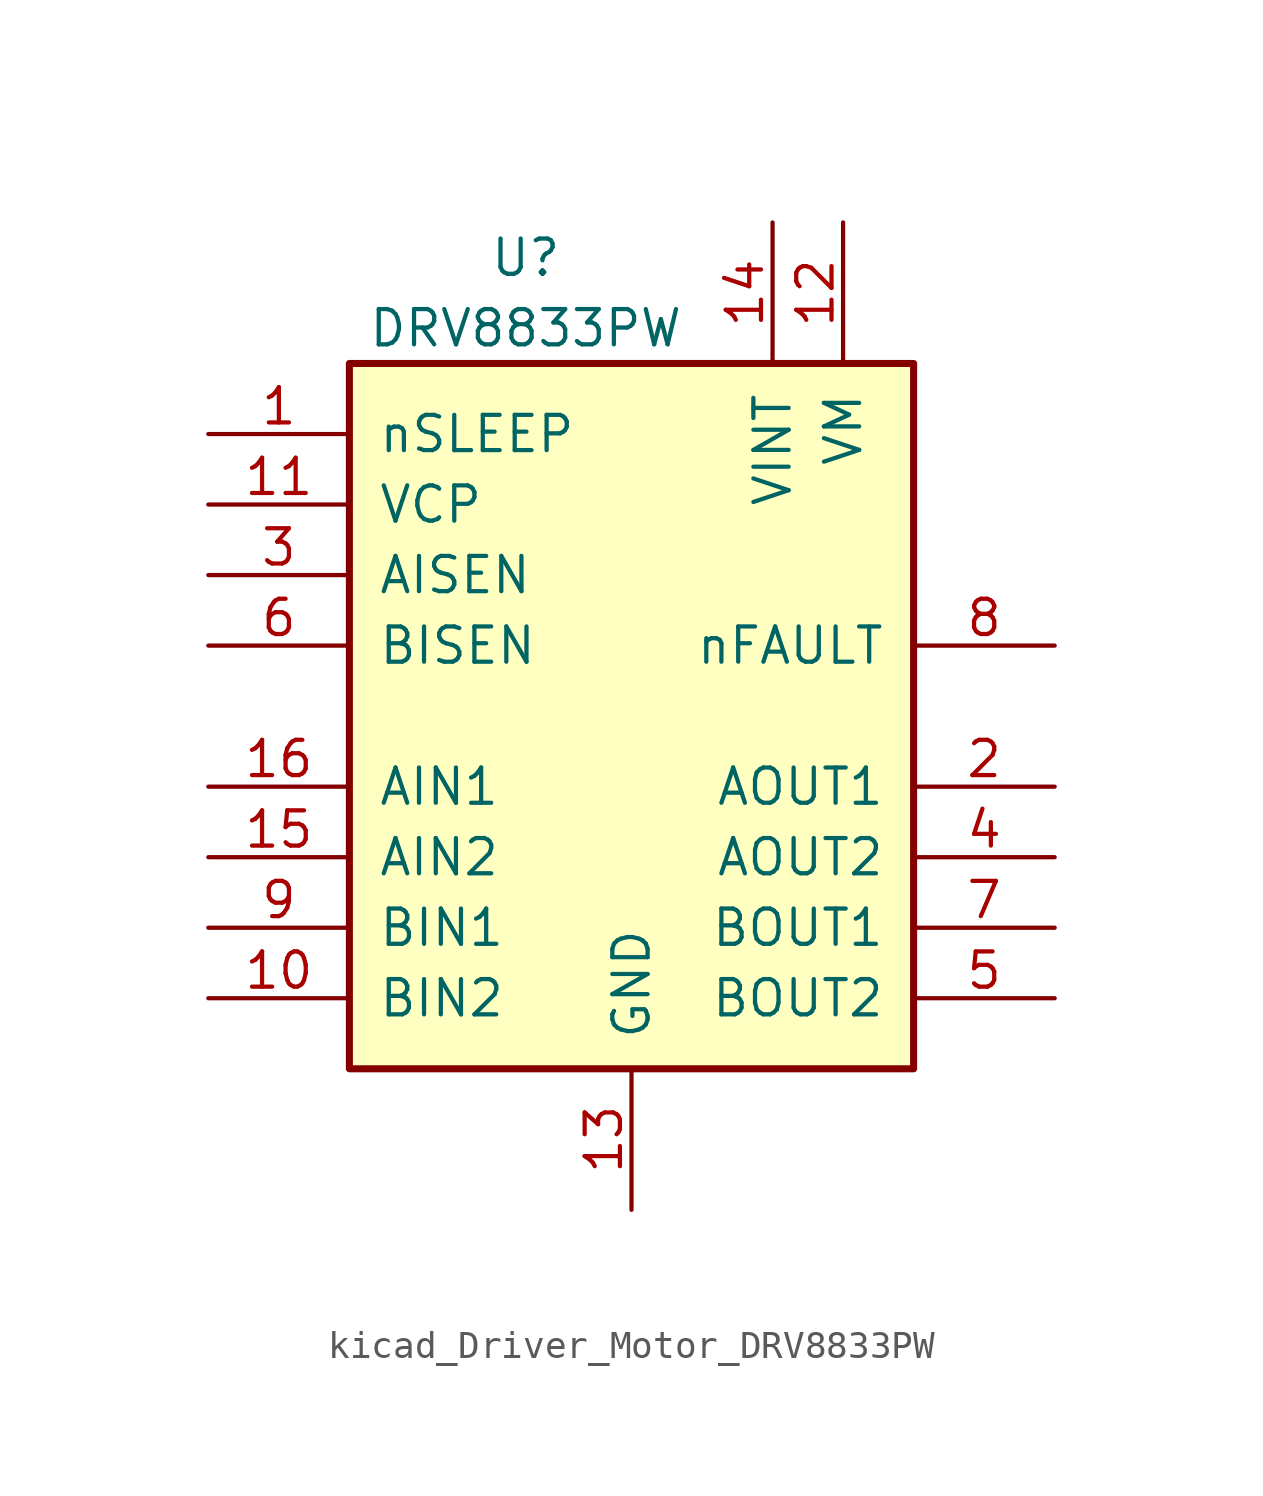
<source format=kicad_sym>
(kicad_symbol_lib
  (version 20220914)
  (generator kicad_symbol_editor)
  (symbol "kicad_Driver_Motor_DRV8833PW"
    (pin_names
      (offset 1.016))
    (property "Reference" "U"
      (at -3.81 16.51 0)
      (effects (font (size 1.27 1.27))))
    (property "Value" "DRV8833PW"
      (at -3.81 13.97 0)
      (effects (font (size 1.27 1.27))))
    (symbol "kicad_Driver_Motor_DRV8833PW_0_1"
      (rectangle (start -10.16 12.7) (end 10.16 -12.7) (stroke (width 0.254) (type default)) (fill (type background))))
    (symbol "kicad_Driver_Motor_DRV8833PW_1_1"
      (pin input line (at -15.24 10.16 0) (length 5.08) (name "nSLEEP" (effects (font (size 1.27 1.27)))) (number "1" (effects (font (size 1.27 1.27)))))
      (pin input line (at -15.24 -10.16 0) (length 5.08) (name "BIN2" (effects (font (size 1.27 1.27)))) (number "10" (effects (font (size 1.27 1.27)))))
      (pin bidirectional line (at -15.24 7.62 0) (length 5.08) (name "VCP" (effects (font (size 1.27 1.27)))) (number "11" (effects (font (size 1.27 1.27)))))
      (pin power_in line (at 7.62 17.78 270) (length 5.08) (name "VM" (effects (font (size 1.27 1.27)))) (number "12" (effects (font (size 1.27 1.27)))))
      (pin power_in line (at 0 -17.78 90) (length 5.08) (name "GND" (effects (font (size 1.27 1.27)))) (number "13" (effects (font (size 1.27 1.27)))))
      (pin power_in line (at 5.08 17.78 270) (length 5.08) (name "VINT" (effects (font (size 1.27 1.27)))) (number "14" (effects (font (size 1.27 1.27)))))
      (pin input line (at -15.24 -5.08 0) (length 5.08) (name "AIN2" (effects (font (size 1.27 1.27)))) (number "15" (effects (font (size 1.27 1.27)))))
      (pin input line (at -15.24 -2.54 0) (length 5.08) (name "AIN1" (effects (font (size 1.27 1.27)))) (number "16" (effects (font (size 1.27 1.27)))))
      (pin power_out line (at 15.24 -2.54 180) (length 5.08) (name "AOUT1" (effects (font (size 1.27 1.27)))) (number "2" (effects (font (size 1.27 1.27)))))
      (pin bidirectional line (at -15.24 5.08 0) (length 5.08) (name "AISEN" (effects (font (size 1.27 1.27)))) (number "3" (effects (font (size 1.27 1.27)))))
      (pin power_out line (at 15.24 -5.08 180) (length 5.08) (name "AOUT2" (effects (font (size 1.27 1.27)))) (number "4" (effects (font (size 1.27 1.27)))))
      (pin power_out line (at 15.24 -10.16 180) (length 5.08) (name "BOUT2" (effects (font (size 1.27 1.27)))) (number "5" (effects (font (size 1.27 1.27)))))
      (pin bidirectional line (at -15.24 2.54 0) (length 5.08) (name "BISEN" (effects (font (size 1.27 1.27)))) (number "6" (effects (font (size 1.27 1.27)))))
      (pin power_out line (at 15.24 -7.62 180) (length 5.08) (name "BOUT1" (effects (font (size 1.27 1.27)))) (number "7" (effects (font (size 1.27 1.27)))))
      (pin open_collector line (at 15.24 2.54 180) (length 5.08) (name "nFAULT" (effects (font (size 1.27 1.27)))) (number "8" (effects (font (size 1.27 1.27)))))
      (pin input line (at -15.24 -7.62 0) (length 5.08) (name "BIN1" (effects (font (size 1.27 1.27)))) (number "9" (effects (font (size 1.27 1.27))))))))
</source>
